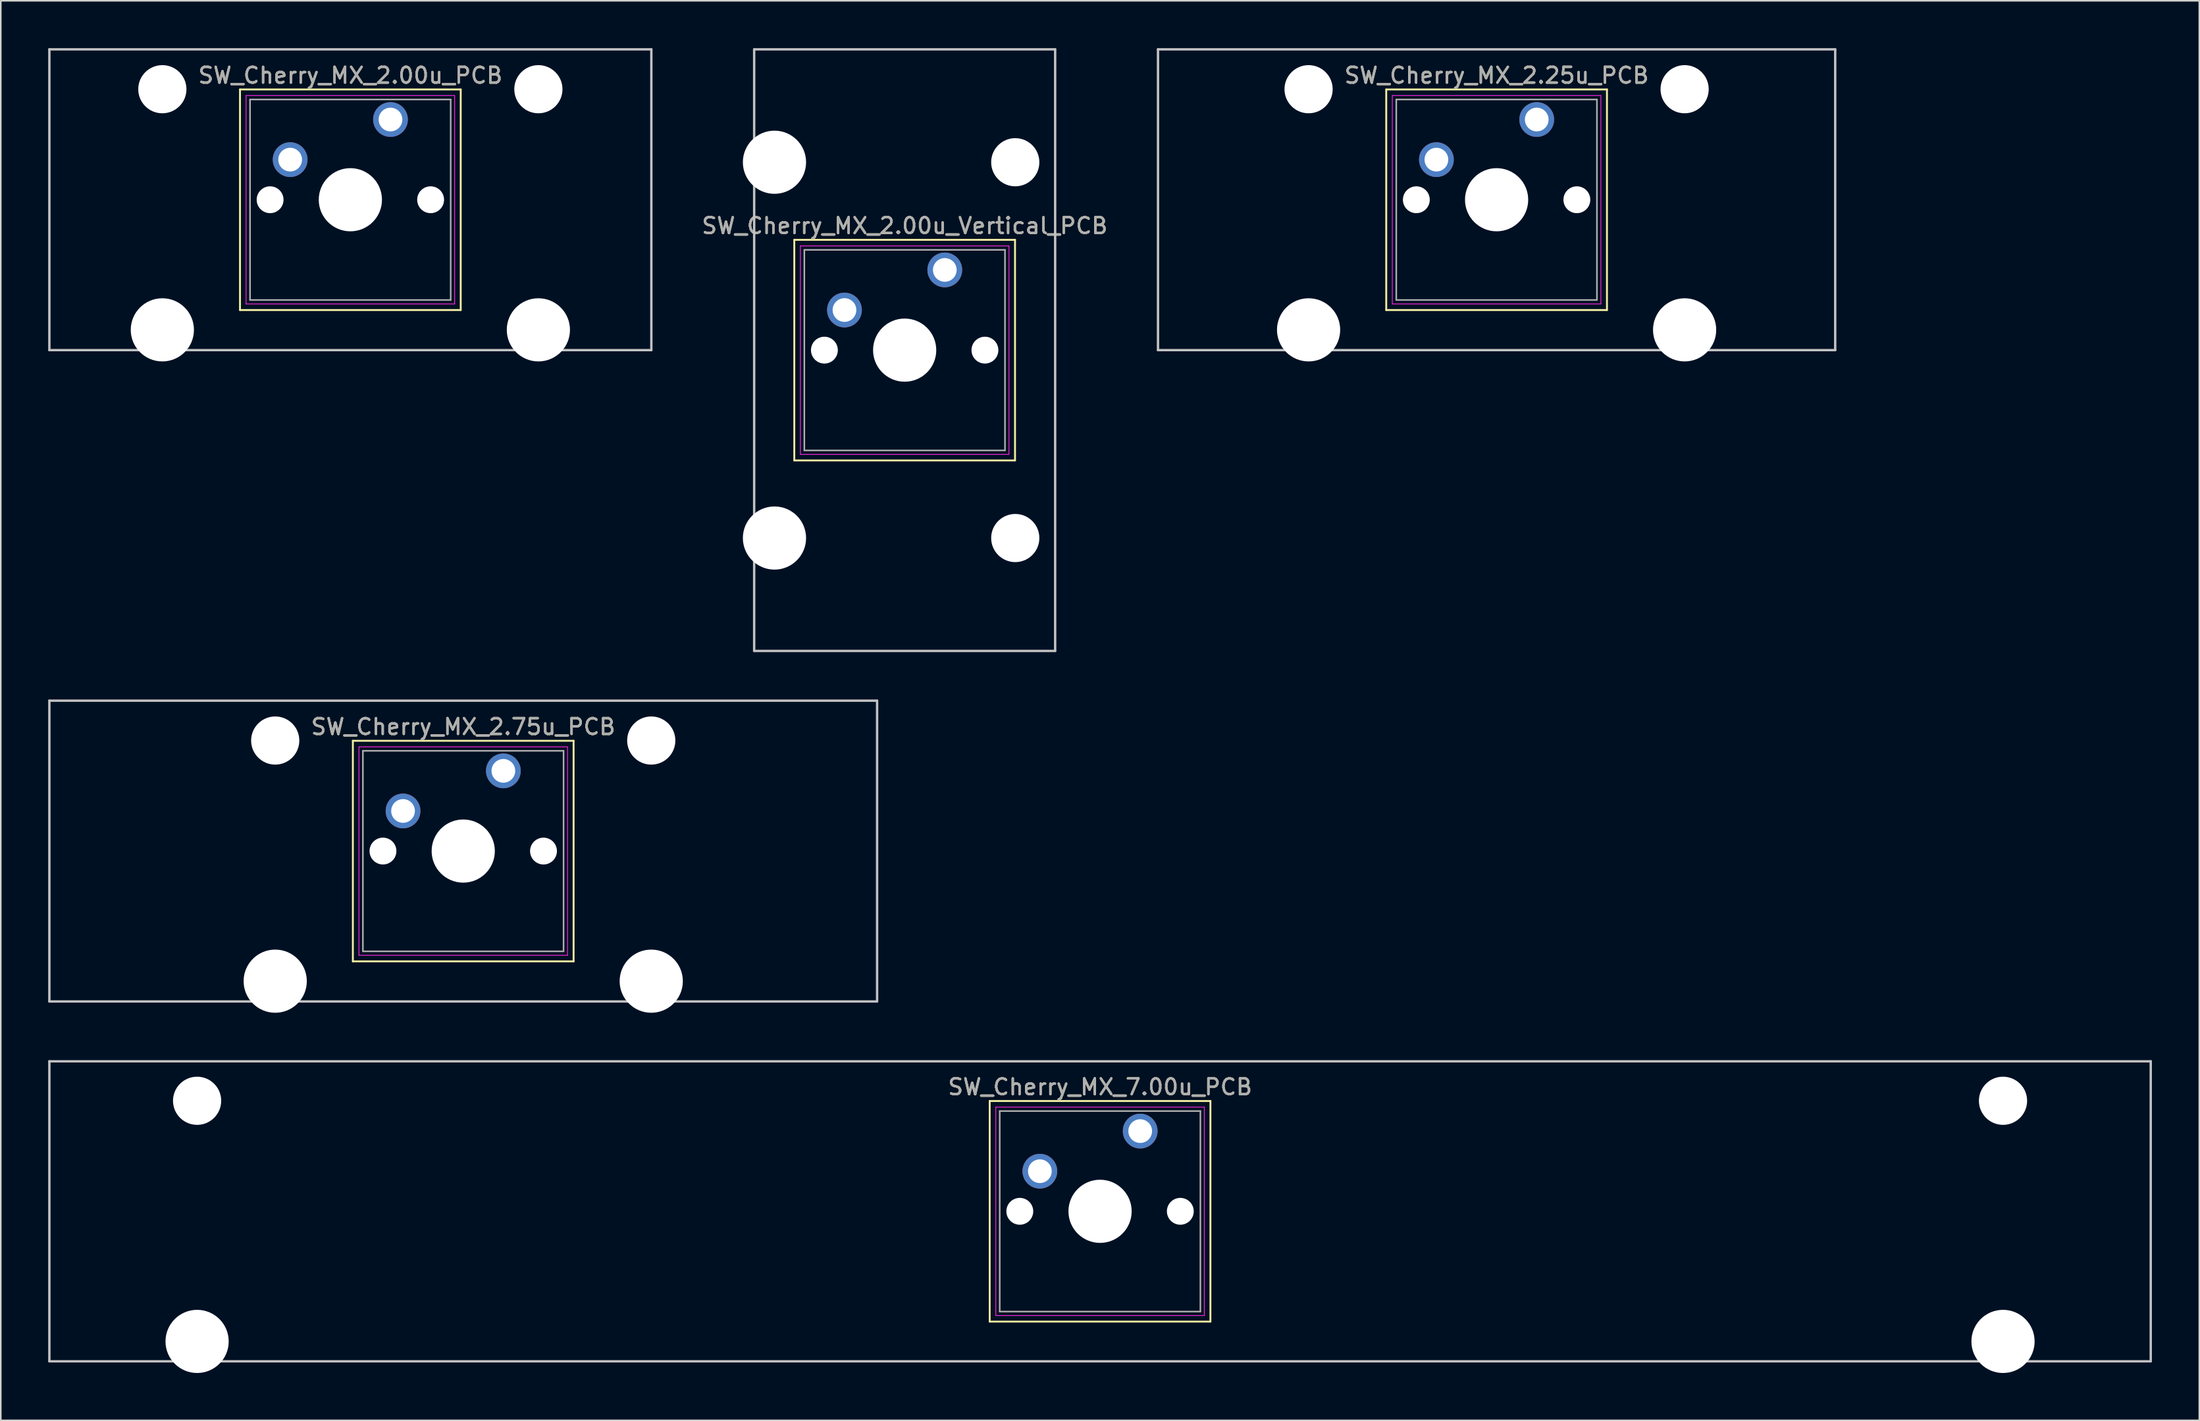
<source format=kicad_pcb>
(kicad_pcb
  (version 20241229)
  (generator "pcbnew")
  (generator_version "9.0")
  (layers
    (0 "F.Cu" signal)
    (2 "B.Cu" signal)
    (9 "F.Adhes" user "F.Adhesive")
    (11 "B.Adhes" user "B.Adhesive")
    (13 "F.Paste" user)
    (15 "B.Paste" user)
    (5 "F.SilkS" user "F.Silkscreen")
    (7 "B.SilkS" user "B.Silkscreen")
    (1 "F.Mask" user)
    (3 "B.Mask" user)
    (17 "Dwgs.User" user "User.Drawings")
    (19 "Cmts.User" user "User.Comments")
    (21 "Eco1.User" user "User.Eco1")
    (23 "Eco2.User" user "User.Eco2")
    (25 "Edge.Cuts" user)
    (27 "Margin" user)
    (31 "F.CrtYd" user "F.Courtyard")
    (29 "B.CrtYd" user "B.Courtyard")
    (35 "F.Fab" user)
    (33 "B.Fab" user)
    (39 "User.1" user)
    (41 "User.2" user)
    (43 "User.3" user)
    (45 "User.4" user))
  (footprint "SW_Cherry_MX_2.25u_PCB"
    (layer "F.Cu")
    (at 91.673 9.6)
    (property "Reference" "SW_Cherry_MX_2.25u_PCB" (at 0 -7.874 0) (layer "F.SilkS") (effects (font (size 1 1) (thickness 0.15))))
    (attr through_hole)
    (fp_line (start -6.985 -6.985) (end 6.985 -6.985) (stroke (width 0.12) (type solid)) (layer "F.SilkS"))
    (fp_line (start -6.985 6.985) (end -6.985 -6.985) (stroke (width 0.12) (type solid)) (layer "F.SilkS"))
    (fp_line (start 6.985 -6.985) (end 6.985 6.985) (stroke (width 0.12) (type solid)) (layer "F.SilkS"))
    (fp_line (start 6.985 6.985) (end -6.985 6.985) (stroke (width 0.12) (type solid)) (layer "F.SilkS"))
    (fp_line (start -21.431 -9.525) (end 21.431 -9.525) (stroke (width 0.15) (type solid)) (layer "Dwgs.User"))
    (fp_line (start -21.431 9.525) (end -21.431 -9.525) (stroke (width 0.15) (type solid)) (layer "Dwgs.User"))
    (fp_line (start 21.431 -9.525) (end 21.431 9.525) (stroke (width 0.15) (type solid)) (layer "Dwgs.User"))
    (fp_line (start 21.431 9.525) (end -21.431 9.525) (stroke (width 0.15) (type solid)) (layer "Dwgs.User"))
    (fp_line (start -6.6 -6.6) (end 6.6 -6.6) (stroke (width 0.05) (type solid)) (layer "F.CrtYd"))
    (fp_line (start -6.6 6.6) (end -6.6 -6.6) (stroke (width 0.05) (type solid)) (layer "F.CrtYd"))
    (fp_line (start 6.6 -6.6) (end 6.6 6.6) (stroke (width 0.05) (type solid)) (layer "F.CrtYd"))
    (fp_line (start 6.6 6.6) (end -6.6 6.6) (stroke (width 0.05) (type solid)) (layer "F.CrtYd"))
    (fp_line (start -6.35 -6.35) (end 6.35 -6.35) (stroke (width 0.1) (type solid)) (layer "F.Fab"))
    (fp_line (start -6.35 6.35) (end -6.35 -6.35) (stroke (width 0.1) (type solid)) (layer "F.Fab"))
    (fp_line (start 6.35 -6.35) (end 6.35 6.35) (stroke (width 0.1) (type solid)) (layer "F.Fab"))
    (fp_line (start 6.35 6.35) (end -6.35 6.35) (stroke (width 0.1) (type solid)) (layer "F.Fab"))
    (fp_text user "${REFERENCE}" (at 0 -7.874 0) (layer "F.Fab") (effects (font (size 1 1) (thickness 0.15))))
    (pad "" np_thru_hole circle (at -11.9 -7) (size 3.05 3.05) (drill 3.05) (layers "*.Cu" "*.Mask"))
    (pad "" np_thru_hole circle (at -11.9 8.24) (size 4 4) (drill 4) (layers "*.Cu" "*.Mask"))
    (pad "" np_thru_hole circle (at -5.08 0) (size 1.7 1.7) (drill 1.7) (layers "*.Cu" "*.Mask"))
    (pad "" np_thru_hole circle (at 0 0) (size 4 4) (drill 4) (layers "*.Cu" "*.Mask"))
    (pad "" np_thru_hole circle (at 5.08 0) (size 1.7 1.7) (drill 1.7) (layers "*.Cu" "*.Mask"))
    (pad "" np_thru_hole circle (at 11.9 -7) (size 3.05 3.05) (drill 3.05) (layers "*.Cu" "*.Mask"))
    (pad "" np_thru_hole circle (at 11.9 8.24) (size 4 4) (drill 4) (layers "*.Cu" "*.Mask"))
    (pad "1" thru_hole circle (at 2.54 -5.08) (size 2.2 2.2) (drill 1.5) (layers "*.Cu" "*.Mask"))
    (pad "2" thru_hole circle (at -3.81 -2.54) (size 2.2 2.2) (drill 1.5) (layers "*.Cu" "*.Mask")))
  (footprint "SW_Cherry_MX_7.00u_PCB"
    (layer "F.Cu")
    (at 66.575 73.665)
    (property "Reference" "SW_Cherry_MX_7.00u_PCB" (at 0 -7.874 0) (layer "F.SilkS") (effects (font (size 1 1) (thickness 0.15))))
    (attr through_hole)
    (fp_line (start -6.985 -6.985) (end 6.985 -6.985) (stroke (width 0.12) (type solid)) (layer "F.SilkS"))
    (fp_line (start -6.985 6.985) (end -6.985 -6.985) (stroke (width 0.12) (type solid)) (layer "F.SilkS"))
    (fp_line (start 6.985 -6.985) (end 6.985 6.985) (stroke (width 0.12) (type solid)) (layer "F.SilkS"))
    (fp_line (start 6.985 6.985) (end -6.985 6.985) (stroke (width 0.12) (type solid)) (layer "F.SilkS"))
    (fp_line (start -66.5 -9.5) (end 66.5 -9.5) (stroke (width 0.15) (type solid)) (layer "Dwgs.User"))
    (fp_line (start -66.5 9.5) (end -66.5 -9.5) (stroke (width 0.15) (type solid)) (layer "Dwgs.User"))
    (fp_line (start 66.5 -9.5) (end 66.5 9.5) (stroke (width 0.15) (type solid)) (layer "Dwgs.User"))
    (fp_line (start 66.5 9.5) (end -66.5 9.5) (stroke (width 0.15) (type solid)) (layer "Dwgs.User"))
    (fp_line (start -6.6 -6.6) (end 6.6 -6.6) (stroke (width 0.05) (type solid)) (layer "F.CrtYd"))
    (fp_line (start -6.6 6.6) (end -6.6 -6.6) (stroke (width 0.05) (type solid)) (layer "F.CrtYd"))
    (fp_line (start 6.6 -6.6) (end 6.6 6.6) (stroke (width 0.05) (type solid)) (layer "F.CrtYd"))
    (fp_line (start 6.6 6.6) (end -6.6 6.6) (stroke (width 0.05) (type solid)) (layer "F.CrtYd"))
    (fp_line (start -6.35 -6.35) (end 6.35 -6.35) (stroke (width 0.1) (type solid)) (layer "F.Fab"))
    (fp_line (start -6.35 6.35) (end -6.35 -6.35) (stroke (width 0.1) (type solid)) (layer "F.Fab"))
    (fp_line (start 6.35 -6.35) (end 6.35 6.35) (stroke (width 0.1) (type solid)) (layer "F.Fab"))
    (fp_line (start 6.35 6.35) (end -6.35 6.35) (stroke (width 0.1) (type solid)) (layer "F.Fab"))
    (fp_text user "${REFERENCE}" (at 0 -7.874 0) (layer "F.Fab") (effects (font (size 1 1) (thickness 0.15))))
    (pad "" np_thru_hole circle (at -57.15 -7) (size 3.05 3.05) (drill 3.05) (layers "*.Cu" "*.Mask"))
    (pad "" np_thru_hole circle (at -57.15 8.24) (size 4 4) (drill 4) (layers "*.Cu" "*.Mask"))
    (pad "" np_thru_hole circle (at -5.08 0) (size 1.7 1.7) (drill 1.7) (layers "*.Cu" "*.Mask"))
    (pad "" np_thru_hole circle (at 0 0) (size 4 4) (drill 4) (layers "*.Cu" "*.Mask"))
    (pad "" np_thru_hole circle (at 5.08 0) (size 1.7 1.7) (drill 1.7) (layers "*.Cu" "*.Mask"))
    (pad "" np_thru_hole circle (at 57.15 -7) (size 3.05 3.05) (drill 3.05) (layers "*.Cu" "*.Mask"))
    (pad "" np_thru_hole circle (at 57.15 8.24) (size 4 4) (drill 4) (layers "*.Cu" "*.Mask"))
    (pad "1" thru_hole circle (at 2.54 -5.08) (size 2.2 2.2) (drill 1.5) (layers "*.Cu" "*.Mask"))
    (pad "2" thru_hole circle (at -3.81 -2.54) (size 2.2 2.2) (drill 1.5) (layers "*.Cu" "*.Mask")))
  (footprint "SW_Cherry_MX_2.00u_PCB"
    (layer "F.Cu")
    (at 19.125 9.6)
    (property "Reference" "SW_Cherry_MX_2.00u_PCB" (at 0 -7.874 0) (layer "F.SilkS") (effects (font (size 1 1) (thickness 0.15))))
    (attr through_hole)
    (fp_line (start -6.985 -6.985) (end 6.985 -6.985) (stroke (width 0.12) (type solid)) (layer "F.SilkS"))
    (fp_line (start -6.985 6.985) (end -6.985 -6.985) (stroke (width 0.12) (type solid)) (layer "F.SilkS"))
    (fp_line (start 6.985 -6.985) (end 6.985 6.985) (stroke (width 0.12) (type solid)) (layer "F.SilkS"))
    (fp_line (start 6.985 6.985) (end -6.985 6.985) (stroke (width 0.12) (type solid)) (layer "F.SilkS"))
    (fp_line (start -19.05 -9.525) (end 19.05 -9.525) (stroke (width 0.15) (type solid)) (layer "Dwgs.User"))
    (fp_line (start -19.05 9.525) (end -19.05 -9.525) (stroke (width 0.15) (type solid)) (layer "Dwgs.User"))
    (fp_line (start 19.05 -9.525) (end 19.05 9.525) (stroke (width 0.15) (type solid)) (layer "Dwgs.User"))
    (fp_line (start 19.05 9.525) (end -19.05 9.525) (stroke (width 0.15) (type solid)) (layer "Dwgs.User"))
    (fp_line (start -6.6 -6.6) (end 6.6 -6.6) (stroke (width 0.05) (type solid)) (layer "F.CrtYd"))
    (fp_line (start -6.6 6.6) (end -6.6 -6.6) (stroke (width 0.05) (type solid)) (layer "F.CrtYd"))
    (fp_line (start 6.6 -6.6) (end 6.6 6.6) (stroke (width 0.05) (type solid)) (layer "F.CrtYd"))
    (fp_line (start 6.6 6.6) (end -6.6 6.6) (stroke (width 0.05) (type solid)) (layer "F.CrtYd"))
    (fp_line (start -6.35 -6.35) (end 6.35 -6.35) (stroke (width 0.1) (type solid)) (layer "F.Fab"))
    (fp_line (start -6.35 6.35) (end -6.35 -6.35) (stroke (width 0.1) (type solid)) (layer "F.Fab"))
    (fp_line (start 6.35 -6.35) (end 6.35 6.35) (stroke (width 0.1) (type solid)) (layer "F.Fab"))
    (fp_line (start 6.35 6.35) (end -6.35 6.35) (stroke (width 0.1) (type solid)) (layer "F.Fab"))
    (fp_text user "${REFERENCE}" (at 0 -7.874 0) (layer "F.Fab") (effects (font (size 1 1) (thickness 0.15))))
    (pad "" np_thru_hole circle (at -11.9 -7) (size 3.05 3.05) (drill 3.05) (layers "*.Cu" "*.Mask"))
    (pad "" np_thru_hole circle (at -11.9 8.24) (size 4 4) (drill 4) (layers "*.Cu" "*.Mask"))
    (pad "" np_thru_hole circle (at -5.08 0) (size 1.7 1.7) (drill 1.7) (layers "*.Cu" "*.Mask"))
    (pad "" np_thru_hole circle (at 0 0) (size 4 4) (drill 4) (layers "*.Cu" "*.Mask"))
    (pad "" np_thru_hole circle (at 5.08 0) (size 1.7 1.7) (drill 1.7) (layers "*.Cu" "*.Mask"))
    (pad "" np_thru_hole circle (at 11.9 -7) (size 3.05 3.05) (drill 3.05) (layers "*.Cu" "*.Mask"))
    (pad "" np_thru_hole circle (at 11.9 8.24) (size 4 4) (drill 4) (layers "*.Cu" "*.Mask"))
    (pad "1" thru_hole circle (at 2.54 -5.08) (size 2.2 2.2) (drill 1.5) (layers "*.Cu" "*.Mask"))
    (pad "2" thru_hole circle (at -3.81 -2.54) (size 2.2 2.2) (drill 1.5) (layers "*.Cu" "*.Mask")))
  (footprint "SW_Cherry_MX_2.00u_Vertical_PCB"
    (layer "F.Cu")
    (at 54.208 19.125)
    (property "Reference" "SW_Cherry_MX_2.00u_Vertical_PCB" (at 0 -7.874 0) (layer "F.SilkS") (effects (font (size 1 1) (thickness 0.15))))
    (attr through_hole)
    (fp_line (start -6.985 -6.985) (end 6.985 -6.985) (stroke (width 0.12) (type solid)) (layer "F.SilkS"))
    (fp_line (start -6.985 6.985) (end -6.985 -6.985) (stroke (width 0.12) (type solid)) (layer "F.SilkS"))
    (fp_line (start 6.985 -6.985) (end 6.985 6.985) (stroke (width 0.12) (type solid)) (layer "F.SilkS"))
    (fp_line (start 6.985 6.985) (end -6.985 6.985) (stroke (width 0.12) (type solid)) (layer "F.SilkS"))
    (fp_line (start -9.525 -19.05) (end 9.525 -19.05) (stroke (width 0.15) (type solid)) (layer "Dwgs.User"))
    (fp_line (start -9.525 19.05) (end -9.525 -19.05) (stroke (width 0.15) (type solid)) (layer "Dwgs.User"))
    (fp_line (start 9.525 -19.05) (end 9.525 19.05) (stroke (width 0.15) (type solid)) (layer "Dwgs.User"))
    (fp_line (start 9.525 19.05) (end -9.525 19.05) (stroke (width 0.15) (type solid)) (layer "Dwgs.User"))
    (fp_line (start -6.6 -6.6) (end 6.6 -6.6) (stroke (width 0.05) (type solid)) (layer "F.CrtYd"))
    (fp_line (start -6.6 6.6) (end -6.6 -6.6) (stroke (width 0.05) (type solid)) (layer "F.CrtYd"))
    (fp_line (start 6.6 -6.6) (end 6.6 6.6) (stroke (width 0.05) (type solid)) (layer "F.CrtYd"))
    (fp_line (start 6.6 6.6) (end -6.6 6.6) (stroke (width 0.05) (type solid)) (layer "F.CrtYd"))
    (fp_line (start -6.35 -6.35) (end 6.35 -6.35) (stroke (width 0.1) (type solid)) (layer "F.Fab"))
    (fp_line (start -6.35 6.35) (end -6.35 -6.35) (stroke (width 0.1) (type solid)) (layer "F.Fab"))
    (fp_line (start 6.35 -6.35) (end 6.35 6.35) (stroke (width 0.1) (type solid)) (layer "F.Fab"))
    (fp_line (start 6.35 6.35) (end -6.35 6.35) (stroke (width 0.1) (type solid)) (layer "F.Fab"))
    (fp_text user "${REFERENCE}" (at 0 -7.874 0) (layer "F.Fab") (effects (font (size 1 1) (thickness 0.15))))
    (pad "" np_thru_hole circle (at -8.24 -11.9) (size 4 4) (drill 4) (layers "*.Cu" "*.Mask"))
    (pad "" np_thru_hole circle (at -8.24 11.9) (size 4 4) (drill 4) (layers "*.Cu" "*.Mask"))
    (pad "" np_thru_hole circle (at -5.08 0) (size 1.7 1.7) (drill 1.7) (layers "*.Cu" "*.Mask"))
    (pad "" np_thru_hole circle (at 0 0) (size 4 4) (drill 4) (layers "*.Cu" "*.Mask"))
    (pad "" np_thru_hole circle (at 5.08 0) (size 1.7 1.7) (drill 1.7) (layers "*.Cu" "*.Mask"))
    (pad "" np_thru_hole circle (at 7 -11.9) (size 3.05 3.05) (drill 3.05) (layers "*.Cu" "*.Mask"))
    (pad "" np_thru_hole circle (at 7 11.9) (size 3.05 3.05) (drill 3.05) (layers "*.Cu" "*.Mask"))
    (pad "1" thru_hole circle (at 2.54 -5.08) (size 2.2 2.2) (drill 1.5) (layers "*.Cu" "*.Mask"))
    (pad "2" thru_hole circle (at -3.81 -2.54) (size 2.2 2.2) (drill 1.5) (layers "*.Cu" "*.Mask")))
  (footprint "SW_Cherry_MX_2.75u_PCB"
    (layer "F.Cu")
    (at 26.269 50.85)
    (property "Reference" "SW_Cherry_MX_2.75u_PCB" (at 0 -7.874 0) (layer "F.SilkS") (effects (font (size 1 1) (thickness 0.15))))
    (attr through_hole)
    (fp_line (start -6.985 -6.985) (end 6.985 -6.985) (stroke (width 0.12) (type solid)) (layer "F.SilkS"))
    (fp_line (start -6.985 6.985) (end -6.985 -6.985) (stroke (width 0.12) (type solid)) (layer "F.SilkS"))
    (fp_line (start 6.985 -6.985) (end 6.985 6.985) (stroke (width 0.12) (type solid)) (layer "F.SilkS"))
    (fp_line (start 6.985 6.985) (end -6.985 6.985) (stroke (width 0.12) (type solid)) (layer "F.SilkS"))
    (fp_line (start -26.194 -9.525) (end 26.194 -9.525) (stroke (width 0.15) (type solid)) (layer "Dwgs.User"))
    (fp_line (start -26.194 9.525) (end -26.194 -9.525) (stroke (width 0.15) (type solid)) (layer "Dwgs.User"))
    (fp_line (start 26.194 -9.525) (end 26.194 9.525) (stroke (width 0.15) (type solid)) (layer "Dwgs.User"))
    (fp_line (start 26.194 9.525) (end -26.194 9.525) (stroke (width 0.15) (type solid)) (layer "Dwgs.User"))
    (fp_line (start -6.6 -6.6) (end 6.6 -6.6) (stroke (width 0.05) (type solid)) (layer "F.CrtYd"))
    (fp_line (start -6.6 6.6) (end -6.6 -6.6) (stroke (width 0.05) (type solid)) (layer "F.CrtYd"))
    (fp_line (start 6.6 -6.6) (end 6.6 6.6) (stroke (width 0.05) (type solid)) (layer "F.CrtYd"))
    (fp_line (start 6.6 6.6) (end -6.6 6.6) (stroke (width 0.05) (type solid)) (layer "F.CrtYd"))
    (fp_line (start -6.35 -6.35) (end 6.35 -6.35) (stroke (width 0.1) (type solid)) (layer "F.Fab"))
    (fp_line (start -6.35 6.35) (end -6.35 -6.35) (stroke (width 0.1) (type solid)) (layer "F.Fab"))
    (fp_line (start 6.35 -6.35) (end 6.35 6.35) (stroke (width 0.1) (type solid)) (layer "F.Fab"))
    (fp_line (start 6.35 6.35) (end -6.35 6.35) (stroke (width 0.1) (type solid)) (layer "F.Fab"))
    (fp_text user "${REFERENCE}" (at 0 -7.874 0) (layer "F.Fab") (effects (font (size 1 1) (thickness 0.15))))
    (pad "" np_thru_hole circle (at -11.9 -7) (size 3.05 3.05) (drill 3.05) (layers "*.Cu" "*.Mask"))
    (pad "" np_thru_hole circle (at -11.9 8.24) (size 4 4) (drill 4) (layers "*.Cu" "*.Mask"))
    (pad "" np_thru_hole circle (at -5.08 0) (size 1.7 1.7) (drill 1.7) (layers "*.Cu" "*.Mask"))
    (pad "" np_thru_hole circle (at 0 0) (size 4 4) (drill 4) (layers "*.Cu" "*.Mask"))
    (pad "" np_thru_hole circle (at 5.08 0) (size 1.7 1.7) (drill 1.7) (layers "*.Cu" "*.Mask"))
    (pad "" np_thru_hole circle (at 11.9 -7) (size 3.05 3.05) (drill 3.05) (layers "*.Cu" "*.Mask"))
    (pad "" np_thru_hole circle (at 11.9 8.24) (size 4 4) (drill 4) (layers "*.Cu" "*.Mask"))
    (pad "1" thru_hole circle (at 2.54 -5.08) (size 2.2 2.2) (drill 1.5) (layers "*.Cu" "*.Mask"))
    (pad "2" thru_hole circle (at -3.81 -2.54) (size 2.2 2.2) (drill 1.5) (layers "*.Cu" "*.Mask")))
  (gr_rect
    (start -3 -3)
    (end 136.15 86.905)
    (stroke (width 0.1) (type default))
    (fill no)
    (layer "Edge.Cuts")))
</source>
